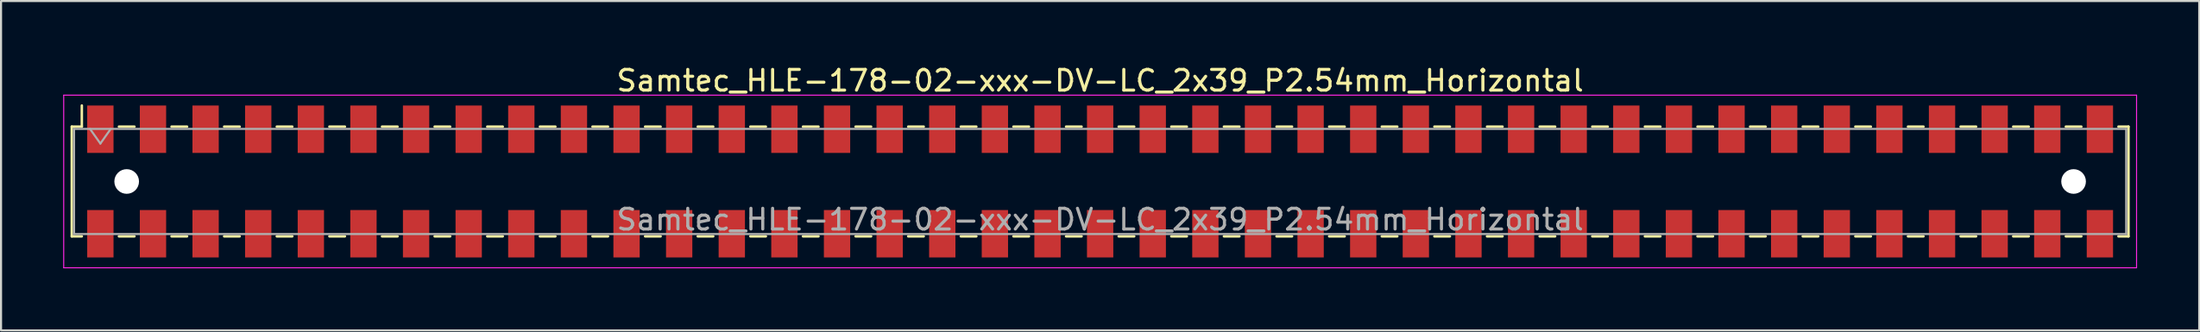
<source format=kicad_pcb>
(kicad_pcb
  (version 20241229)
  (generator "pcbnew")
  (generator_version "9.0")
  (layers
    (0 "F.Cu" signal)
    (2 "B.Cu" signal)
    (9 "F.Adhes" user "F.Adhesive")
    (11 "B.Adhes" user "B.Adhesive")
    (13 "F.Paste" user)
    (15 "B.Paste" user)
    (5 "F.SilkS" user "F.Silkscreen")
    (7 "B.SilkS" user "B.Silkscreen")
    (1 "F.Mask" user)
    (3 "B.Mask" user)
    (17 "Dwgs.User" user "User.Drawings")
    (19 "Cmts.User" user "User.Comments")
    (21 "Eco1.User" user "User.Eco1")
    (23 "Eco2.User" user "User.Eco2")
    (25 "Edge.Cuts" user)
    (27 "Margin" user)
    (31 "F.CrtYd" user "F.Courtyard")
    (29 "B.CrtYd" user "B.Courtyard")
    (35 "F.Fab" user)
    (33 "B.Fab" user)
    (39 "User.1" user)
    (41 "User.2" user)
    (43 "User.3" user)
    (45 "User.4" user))
  (footprint "Samtec_HLE-178-02-xxx-DV-LC_2x39_P2.54mm_Horizontal"
    (layer "F.Cu")
    (at 50.055 5.718)
    (property "Reference" "Samtec_HLE-178-02-xxx-DV-LC_2x39_P2.54mm_Horizontal" (at 0 -4.87 0) (layer "F.SilkS") (effects (font (size 1 1) (thickness 0.15))))
    (attr smd)
    (fp_line (start -49.64 -2.65) (end -49.64 2.65) (stroke (width 0.12) (type solid)) (layer "F.SilkS"))
    (fp_line (start -49.64 2.65) (end -49.155 2.65) (stroke (width 0.12) (type solid)) (layer "F.SilkS"))
    (fp_line (start -49.155 -3.67) (end -49.155 -2.65) (stroke (width 0.12) (type solid)) (layer "F.SilkS"))
    (fp_line (start -49.155 -2.65) (end -49.64 -2.65) (stroke (width 0.12) (type solid)) (layer "F.SilkS"))
    (fp_line (start -47.365 -2.65) (end -46.615 -2.65) (stroke (width 0.12) (type solid)) (layer "F.SilkS"))
    (fp_line (start -47.365 2.65) (end -46.615 2.65) (stroke (width 0.12) (type solid)) (layer "F.SilkS"))
    (fp_line (start -44.825 -2.65) (end -44.075 -2.65) (stroke (width 0.12) (type solid)) (layer "F.SilkS"))
    (fp_line (start -44.825 2.65) (end -44.075 2.65) (stroke (width 0.12) (type solid)) (layer "F.SilkS"))
    (fp_line (start -42.285 -2.65) (end -41.535 -2.65) (stroke (width 0.12) (type solid)) (layer "F.SilkS"))
    (fp_line (start -42.285 2.65) (end -41.535 2.65) (stroke (width 0.12) (type solid)) (layer "F.SilkS"))
    (fp_line (start -39.745 -2.65) (end -38.995 -2.65) (stroke (width 0.12) (type solid)) (layer "F.SilkS"))
    (fp_line (start -39.745 2.65) (end -38.995 2.65) (stroke (width 0.12) (type solid)) (layer "F.SilkS"))
    (fp_line (start -37.205 -2.65) (end -36.455 -2.65) (stroke (width 0.12) (type solid)) (layer "F.SilkS"))
    (fp_line (start -37.205 2.65) (end -36.455 2.65) (stroke (width 0.12) (type solid)) (layer "F.SilkS"))
    (fp_line (start -34.665 -2.65) (end -33.915 -2.65) (stroke (width 0.12) (type solid)) (layer "F.SilkS"))
    (fp_line (start -34.665 2.65) (end -33.915 2.65) (stroke (width 0.12) (type solid)) (layer "F.SilkS"))
    (fp_line (start -32.125 -2.65) (end -31.375 -2.65) (stroke (width 0.12) (type solid)) (layer "F.SilkS"))
    (fp_line (start -32.125 2.65) (end -31.375 2.65) (stroke (width 0.12) (type solid)) (layer "F.SilkS"))
    (fp_line (start -29.585 -2.65) (end -28.835 -2.65) (stroke (width 0.12) (type solid)) (layer "F.SilkS"))
    (fp_line (start -29.585 2.65) (end -28.835 2.65) (stroke (width 0.12) (type solid)) (layer "F.SilkS"))
    (fp_line (start -27.045 -2.65) (end -26.295 -2.65) (stroke (width 0.12) (type solid)) (layer "F.SilkS"))
    (fp_line (start -27.045 2.65) (end -26.295 2.65) (stroke (width 0.12) (type solid)) (layer "F.SilkS"))
    (fp_line (start -24.505 -2.65) (end -23.755 -2.65) (stroke (width 0.12) (type solid)) (layer "F.SilkS"))
    (fp_line (start -24.505 2.65) (end -23.755 2.65) (stroke (width 0.12) (type solid)) (layer "F.SilkS"))
    (fp_line (start -21.965 -2.65) (end -21.215 -2.65) (stroke (width 0.12) (type solid)) (layer "F.SilkS"))
    (fp_line (start -21.965 2.65) (end -21.215 2.65) (stroke (width 0.12) (type solid)) (layer "F.SilkS"))
    (fp_line (start -19.425 -2.65) (end -18.675 -2.65) (stroke (width 0.12) (type solid)) (layer "F.SilkS"))
    (fp_line (start -19.425 2.65) (end -18.675 2.65) (stroke (width 0.12) (type solid)) (layer "F.SilkS"))
    (fp_line (start -16.885 -2.65) (end -16.135 -2.65) (stroke (width 0.12) (type solid)) (layer "F.SilkS"))
    (fp_line (start -16.885 2.65) (end -16.135 2.65) (stroke (width 0.12) (type solid)) (layer "F.SilkS"))
    (fp_line (start -14.345 -2.65) (end -13.595 -2.65) (stroke (width 0.12) (type solid)) (layer "F.SilkS"))
    (fp_line (start -14.345 2.65) (end -13.595 2.65) (stroke (width 0.12) (type solid)) (layer "F.SilkS"))
    (fp_line (start -11.805 -2.65) (end -11.055 -2.65) (stroke (width 0.12) (type solid)) (layer "F.SilkS"))
    (fp_line (start -11.805 2.65) (end -11.055 2.65) (stroke (width 0.12) (type solid)) (layer "F.SilkS"))
    (fp_line (start -9.265 -2.65) (end -8.515 -2.65) (stroke (width 0.12) (type solid)) (layer "F.SilkS"))
    (fp_line (start -9.265 2.65) (end -8.515 2.65) (stroke (width 0.12) (type solid)) (layer "F.SilkS"))
    (fp_line (start -6.725 -2.65) (end -5.975 -2.65) (stroke (width 0.12) (type solid)) (layer "F.SilkS"))
    (fp_line (start -6.725 2.65) (end -5.975 2.65) (stroke (width 0.12) (type solid)) (layer "F.SilkS"))
    (fp_line (start -4.185 -2.65) (end -3.435 -2.65) (stroke (width 0.12) (type solid)) (layer "F.SilkS"))
    (fp_line (start -4.185 2.65) (end -3.435 2.65) (stroke (width 0.12) (type solid)) (layer "F.SilkS"))
    (fp_line (start -1.645 -2.65) (end -0.895 -2.65) (stroke (width 0.12) (type solid)) (layer "F.SilkS"))
    (fp_line (start -1.645 2.65) (end -0.895 2.65) (stroke (width 0.12) (type solid)) (layer "F.SilkS"))
    (fp_line (start 0.895 -2.65) (end 1.645 -2.65) (stroke (width 0.12) (type solid)) (layer "F.SilkS"))
    (fp_line (start 0.895 2.65) (end 1.645 2.65) (stroke (width 0.12) (type solid)) (layer "F.SilkS"))
    (fp_line (start 3.435 -2.65) (end 4.185 -2.65) (stroke (width 0.12) (type solid)) (layer "F.SilkS"))
    (fp_line (start 3.435 2.65) (end 4.185 2.65) (stroke (width 0.12) (type solid)) (layer "F.SilkS"))
    (fp_line (start 5.975 -2.65) (end 6.725 -2.65) (stroke (width 0.12) (type solid)) (layer "F.SilkS"))
    (fp_line (start 5.975 2.65) (end 6.725 2.65) (stroke (width 0.12) (type solid)) (layer "F.SilkS"))
    (fp_line (start 8.515 -2.65) (end 9.265 -2.65) (stroke (width 0.12) (type solid)) (layer "F.SilkS"))
    (fp_line (start 8.515 2.65) (end 9.265 2.65) (stroke (width 0.12) (type solid)) (layer "F.SilkS"))
    (fp_line (start 11.055 -2.65) (end 11.805 -2.65) (stroke (width 0.12) (type solid)) (layer "F.SilkS"))
    (fp_line (start 11.055 2.65) (end 11.805 2.65) (stroke (width 0.12) (type solid)) (layer "F.SilkS"))
    (fp_line (start 13.595 -2.65) (end 14.345 -2.65) (stroke (width 0.12) (type solid)) (layer "F.SilkS"))
    (fp_line (start 13.595 2.65) (end 14.345 2.65) (stroke (width 0.12) (type solid)) (layer "F.SilkS"))
    (fp_line (start 16.135 -2.65) (end 16.885 -2.65) (stroke (width 0.12) (type solid)) (layer "F.SilkS"))
    (fp_line (start 16.135 2.65) (end 16.885 2.65) (stroke (width 0.12) (type solid)) (layer "F.SilkS"))
    (fp_line (start 18.675 -2.65) (end 19.425 -2.65) (stroke (width 0.12) (type solid)) (layer "F.SilkS"))
    (fp_line (start 18.675 2.65) (end 19.425 2.65) (stroke (width 0.12) (type solid)) (layer "F.SilkS"))
    (fp_line (start 21.215 -2.65) (end 21.965 -2.65) (stroke (width 0.12) (type solid)) (layer "F.SilkS"))
    (fp_line (start 21.215 2.65) (end 21.965 2.65) (stroke (width 0.12) (type solid)) (layer "F.SilkS"))
    (fp_line (start 23.755 -2.65) (end 24.505 -2.65) (stroke (width 0.12) (type solid)) (layer "F.SilkS"))
    (fp_line (start 23.755 2.65) (end 24.505 2.65) (stroke (width 0.12) (type solid)) (layer "F.SilkS"))
    (fp_line (start 26.295 -2.65) (end 27.045 -2.65) (stroke (width 0.12) (type solid)) (layer "F.SilkS"))
    (fp_line (start 26.295 2.65) (end 27.045 2.65) (stroke (width 0.12) (type solid)) (layer "F.SilkS"))
    (fp_line (start 28.835 -2.65) (end 29.585 -2.65) (stroke (width 0.12) (type solid)) (layer "F.SilkS"))
    (fp_line (start 28.835 2.65) (end 29.585 2.65) (stroke (width 0.12) (type solid)) (layer "F.SilkS"))
    (fp_line (start 31.375 -2.65) (end 32.125 -2.65) (stroke (width 0.12) (type solid)) (layer "F.SilkS"))
    (fp_line (start 31.375 2.65) (end 32.125 2.65) (stroke (width 0.12) (type solid)) (layer "F.SilkS"))
    (fp_line (start 33.915 -2.65) (end 34.665 -2.65) (stroke (width 0.12) (type solid)) (layer "F.SilkS"))
    (fp_line (start 33.915 2.65) (end 34.665 2.65) (stroke (width 0.12) (type solid)) (layer "F.SilkS"))
    (fp_line (start 36.455 -2.65) (end 37.205 -2.65) (stroke (width 0.12) (type solid)) (layer "F.SilkS"))
    (fp_line (start 36.455 2.65) (end 37.205 2.65) (stroke (width 0.12) (type solid)) (layer "F.SilkS"))
    (fp_line (start 38.995 -2.65) (end 39.745 -2.65) (stroke (width 0.12) (type solid)) (layer "F.SilkS"))
    (fp_line (start 38.995 2.65) (end 39.745 2.65) (stroke (width 0.12) (type solid)) (layer "F.SilkS"))
    (fp_line (start 41.535 -2.65) (end 42.285 -2.65) (stroke (width 0.12) (type solid)) (layer "F.SilkS"))
    (fp_line (start 41.535 2.65) (end 42.285 2.65) (stroke (width 0.12) (type solid)) (layer "F.SilkS"))
    (fp_line (start 44.075 -2.65) (end 44.825 -2.65) (stroke (width 0.12) (type solid)) (layer "F.SilkS"))
    (fp_line (start 44.075 2.65) (end 44.825 2.65) (stroke (width 0.12) (type solid)) (layer "F.SilkS"))
    (fp_line (start 46.615 -2.65) (end 47.365 -2.65) (stroke (width 0.12) (type solid)) (layer "F.SilkS"))
    (fp_line (start 46.615 2.65) (end 47.365 2.65) (stroke (width 0.12) (type solid)) (layer "F.SilkS"))
    (fp_line (start 49.155 -2.65) (end 49.64 -2.65) (stroke (width 0.12) (type solid)) (layer "F.SilkS"))
    (fp_line (start 49.64 -2.65) (end 49.64 2.65) (stroke (width 0.12) (type solid)) (layer "F.SilkS"))
    (fp_line (start 49.64 2.65) (end 49.155 2.65) (stroke (width 0.12) (type solid)) (layer "F.SilkS"))
    (fp_line (start -50.03 -4.17) (end 50.03 -4.17) (stroke (width 0.05) (type solid)) (layer "F.CrtYd"))
    (fp_line (start -50.03 4.17) (end -50.03 -4.17) (stroke (width 0.05) (type solid)) (layer "F.CrtYd"))
    (fp_line (start 50.03 -4.17) (end 50.03 4.17) (stroke (width 0.05) (type solid)) (layer "F.CrtYd"))
    (fp_line (start 50.03 4.17) (end -50.03 4.17) (stroke (width 0.05) (type solid)) (layer "F.CrtYd"))
    (fp_line (start -49.53 -2.54) (end 49.53 -2.54) (stroke (width 0.1) (type solid)) (layer "F.Fab"))
    (fp_line (start -49.53 2.54) (end -49.53 -2.54) (stroke (width 0.1) (type solid)) (layer "F.Fab"))
    (fp_line (start -48.76 -2.54) (end -48.26 -1.833) (stroke (width 0.1) (type solid)) (layer "F.Fab"))
    (fp_line (start -48.26 -1.833) (end -47.76 -2.54) (stroke (width 0.1) (type solid)) (layer "F.Fab"))
    (fp_line (start 49.53 -2.54) (end 49.53 2.54) (stroke (width 0.1) (type solid)) (layer "F.Fab"))
    (fp_line (start 49.53 2.54) (end -49.53 2.54) (stroke (width 0.1) (type solid)) (layer "F.Fab"))
    (fp_text user "${REFERENCE}" (at 0 1.84 0) (layer "F.Fab") (effects (font (size 1 1) (thickness 0.15))))
    (pad "" np_thru_hole circle (at -46.99 0) (size 1.19 1.19) (drill 1.19) (layers "*.Cu" "*.Mask"))
    (pad "" np_thru_hole circle (at 46.99 0) (size 1.19 1.19) (drill 1.19) (layers "*.Cu" "*.Mask"))
    (pad "1" smd rect (at -48.26 -2.525) (size 1.27 2.29) (layers "F.Cu" "F.Mask" "F.Paste"))
    (pad "2" smd rect (at -48.26 2.525) (size 1.27 2.29) (layers "F.Cu" "F.Mask" "F.Paste"))
    (pad "3" smd rect (at -45.72 -2.525) (size 1.27 2.29) (layers "F.Cu" "F.Mask" "F.Paste"))
    (pad "4" smd rect (at -45.72 2.525) (size 1.27 2.29) (layers "F.Cu" "F.Mask" "F.Paste"))
    (pad "5" smd rect (at -43.18 -2.525) (size 1.27 2.29) (layers "F.Cu" "F.Mask" "F.Paste"))
    (pad "6" smd rect (at -43.18 2.525) (size 1.27 2.29) (layers "F.Cu" "F.Mask" "F.Paste"))
    (pad "7" smd rect (at -40.64 -2.525) (size 1.27 2.29) (layers "F.Cu" "F.Mask" "F.Paste"))
    (pad "8" smd rect (at -40.64 2.525) (size 1.27 2.29) (layers "F.Cu" "F.Mask" "F.Paste"))
    (pad "9" smd rect (at -38.1 -2.525) (size 1.27 2.29) (layers "F.Cu" "F.Mask" "F.Paste"))
    (pad "10" smd rect (at -38.1 2.525) (size 1.27 2.29) (layers "F.Cu" "F.Mask" "F.Paste"))
    (pad "11" smd rect (at -35.56 -2.525) (size 1.27 2.29) (layers "F.Cu" "F.Mask" "F.Paste"))
    (pad "12" smd rect (at -35.56 2.525) (size 1.27 2.29) (layers "F.Cu" "F.Mask" "F.Paste"))
    (pad "13" smd rect (at -33.02 -2.525) (size 1.27 2.29) (layers "F.Cu" "F.Mask" "F.Paste"))
    (pad "14" smd rect (at -33.02 2.525) (size 1.27 2.29) (layers "F.Cu" "F.Mask" "F.Paste"))
    (pad "15" smd rect (at -30.48 -2.525) (size 1.27 2.29) (layers "F.Cu" "F.Mask" "F.Paste"))
    (pad "16" smd rect (at -30.48 2.525) (size 1.27 2.29) (layers "F.Cu" "F.Mask" "F.Paste"))
    (pad "17" smd rect (at -27.94 -2.525) (size 1.27 2.29) (layers "F.Cu" "F.Mask" "F.Paste"))
    (pad "18" smd rect (at -27.94 2.525) (size 1.27 2.29) (layers "F.Cu" "F.Mask" "F.Paste"))
    (pad "19" smd rect (at -25.4 -2.525) (size 1.27 2.29) (layers "F.Cu" "F.Mask" "F.Paste"))
    (pad "20" smd rect (at -25.4 2.525) (size 1.27 2.29) (layers "F.Cu" "F.Mask" "F.Paste"))
    (pad "21" smd rect (at -22.86 -2.525) (size 1.27 2.29) (layers "F.Cu" "F.Mask" "F.Paste"))
    (pad "22" smd rect (at -22.86 2.525) (size 1.27 2.29) (layers "F.Cu" "F.Mask" "F.Paste"))
    (pad "23" smd rect (at -20.32 -2.525) (size 1.27 2.29) (layers "F.Cu" "F.Mask" "F.Paste"))
    (pad "24" smd rect (at -20.32 2.525) (size 1.27 2.29) (layers "F.Cu" "F.Mask" "F.Paste"))
    (pad "25" smd rect (at -17.78 -2.525) (size 1.27 2.29) (layers "F.Cu" "F.Mask" "F.Paste"))
    (pad "26" smd rect (at -17.78 2.525) (size 1.27 2.29) (layers "F.Cu" "F.Mask" "F.Paste"))
    (pad "27" smd rect (at -15.24 -2.525) (size 1.27 2.29) (layers "F.Cu" "F.Mask" "F.Paste"))
    (pad "28" smd rect (at -15.24 2.525) (size 1.27 2.29) (layers "F.Cu" "F.Mask" "F.Paste"))
    (pad "29" smd rect (at -12.7 -2.525) (size 1.27 2.29) (layers "F.Cu" "F.Mask" "F.Paste"))
    (pad "30" smd rect (at -12.7 2.525) (size 1.27 2.29) (layers "F.Cu" "F.Mask" "F.Paste"))
    (pad "31" smd rect (at -10.16 -2.525) (size 1.27 2.29) (layers "F.Cu" "F.Mask" "F.Paste"))
    (pad "32" smd rect (at -10.16 2.525) (size 1.27 2.29) (layers "F.Cu" "F.Mask" "F.Paste"))
    (pad "33" smd rect (at -7.62 -2.525) (size 1.27 2.29) (layers "F.Cu" "F.Mask" "F.Paste"))
    (pad "34" smd rect (at -7.62 2.525) (size 1.27 2.29) (layers "F.Cu" "F.Mask" "F.Paste"))
    (pad "35" smd rect (at -5.08 -2.525) (size 1.27 2.29) (layers "F.Cu" "F.Mask" "F.Paste"))
    (pad "36" smd rect (at -5.08 2.525) (size 1.27 2.29) (layers "F.Cu" "F.Mask" "F.Paste"))
    (pad "37" smd rect (at -2.54 -2.525) (size 1.27 2.29) (layers "F.Cu" "F.Mask" "F.Paste"))
    (pad "38" smd rect (at -2.54 2.525) (size 1.27 2.29) (layers "F.Cu" "F.Mask" "F.Paste"))
    (pad "39" smd rect (at 0 -2.525) (size 1.27 2.29) (layers "F.Cu" "F.Mask" "F.Paste"))
    (pad "40" smd rect (at 0 2.525) (size 1.27 2.29) (layers "F.Cu" "F.Mask" "F.Paste"))
    (pad "41" smd rect (at 2.54 -2.525) (size 1.27 2.29) (layers "F.Cu" "F.Mask" "F.Paste"))
    (pad "42" smd rect (at 2.54 2.525) (size 1.27 2.29) (layers "F.Cu" "F.Mask" "F.Paste"))
    (pad "43" smd rect (at 5.08 -2.525) (size 1.27 2.29) (layers "F.Cu" "F.Mask" "F.Paste"))
    (pad "44" smd rect (at 5.08 2.525) (size 1.27 2.29) (layers "F.Cu" "F.Mask" "F.Paste"))
    (pad "45" smd rect (at 7.62 -2.525) (size 1.27 2.29) (layers "F.Cu" "F.Mask" "F.Paste"))
    (pad "46" smd rect (at 7.62 2.525) (size 1.27 2.29) (layers "F.Cu" "F.Mask" "F.Paste"))
    (pad "47" smd rect (at 10.16 -2.525) (size 1.27 2.29) (layers "F.Cu" "F.Mask" "F.Paste"))
    (pad "48" smd rect (at 10.16 2.525) (size 1.27 2.29) (layers "F.Cu" "F.Mask" "F.Paste"))
    (pad "49" smd rect (at 12.7 -2.525) (size 1.27 2.29) (layers "F.Cu" "F.Mask" "F.Paste"))
    (pad "50" smd rect (at 12.7 2.525) (size 1.27 2.29) (layers "F.Cu" "F.Mask" "F.Paste"))
    (pad "51" smd rect (at 15.24 -2.525) (size 1.27 2.29) (layers "F.Cu" "F.Mask" "F.Paste"))
    (pad "52" smd rect (at 15.24 2.525) (size 1.27 2.29) (layers "F.Cu" "F.Mask" "F.Paste"))
    (pad "53" smd rect (at 17.78 -2.525) (size 1.27 2.29) (layers "F.Cu" "F.Mask" "F.Paste"))
    (pad "54" smd rect (at 17.78 2.525) (size 1.27 2.29) (layers "F.Cu" "F.Mask" "F.Paste"))
    (pad "55" smd rect (at 20.32 -2.525) (size 1.27 2.29) (layers "F.Cu" "F.Mask" "F.Paste"))
    (pad "56" smd rect (at 20.32 2.525) (size 1.27 2.29) (layers "F.Cu" "F.Mask" "F.Paste"))
    (pad "57" smd rect (at 22.86 -2.525) (size 1.27 2.29) (layers "F.Cu" "F.Mask" "F.Paste"))
    (pad "58" smd rect (at 22.86 2.525) (size 1.27 2.29) (layers "F.Cu" "F.Mask" "F.Paste"))
    (pad "59" smd rect (at 25.4 -2.525) (size 1.27 2.29) (layers "F.Cu" "F.Mask" "F.Paste"))
    (pad "60" smd rect (at 25.4 2.525) (size 1.27 2.29) (layers "F.Cu" "F.Mask" "F.Paste"))
    (pad "61" smd rect (at 27.94 -2.525) (size 1.27 2.29) (layers "F.Cu" "F.Mask" "F.Paste"))
    (pad "62" smd rect (at 27.94 2.525) (size 1.27 2.29) (layers "F.Cu" "F.Mask" "F.Paste"))
    (pad "63" smd rect (at 30.48 -2.525) (size 1.27 2.29) (layers "F.Cu" "F.Mask" "F.Paste"))
    (pad "64" smd rect (at 30.48 2.525) (size 1.27 2.29) (layers "F.Cu" "F.Mask" "F.Paste"))
    (pad "65" smd rect (at 33.02 -2.525) (size 1.27 2.29) (layers "F.Cu" "F.Mask" "F.Paste"))
    (pad "66" smd rect (at 33.02 2.525) (size 1.27 2.29) (layers "F.Cu" "F.Mask" "F.Paste"))
    (pad "67" smd rect (at 35.56 -2.525) (size 1.27 2.29) (layers "F.Cu" "F.Mask" "F.Paste"))
    (pad "68" smd rect (at 35.56 2.525) (size 1.27 2.29) (layers "F.Cu" "F.Mask" "F.Paste"))
    (pad "69" smd rect (at 38.1 -2.525) (size 1.27 2.29) (layers "F.Cu" "F.Mask" "F.Paste"))
    (pad "70" smd rect (at 38.1 2.525) (size 1.27 2.29) (layers "F.Cu" "F.Mask" "F.Paste"))
    (pad "71" smd rect (at 40.64 -2.525) (size 1.27 2.29) (layers "F.Cu" "F.Mask" "F.Paste"))
    (pad "72" smd rect (at 40.64 2.525) (size 1.27 2.29) (layers "F.Cu" "F.Mask" "F.Paste"))
    (pad "73" smd rect (at 43.18 -2.525) (size 1.27 2.29) (layers "F.Cu" "F.Mask" "F.Paste"))
    (pad "74" smd rect (at 43.18 2.525) (size 1.27 2.29) (layers "F.Cu" "F.Mask" "F.Paste"))
    (pad "75" smd rect (at 45.72 -2.525) (size 1.27 2.29) (layers "F.Cu" "F.Mask" "F.Paste"))
    (pad "76" smd rect (at 45.72 2.525) (size 1.27 2.29) (layers "F.Cu" "F.Mask" "F.Paste"))
    (pad "77" smd rect (at 48.26 -2.525) (size 1.27 2.29) (layers "F.Cu" "F.Mask" "F.Paste"))
    (pad "78" smd rect (at 48.26 2.525) (size 1.27 2.29) (layers "F.Cu" "F.Mask" "F.Paste")))
  (gr_rect
    (start -3 -3)
    (end 103.11 12.913)
    (stroke (width 0.1) (type default))
    (fill no)
    (layer "Edge.Cuts")))
</source>
